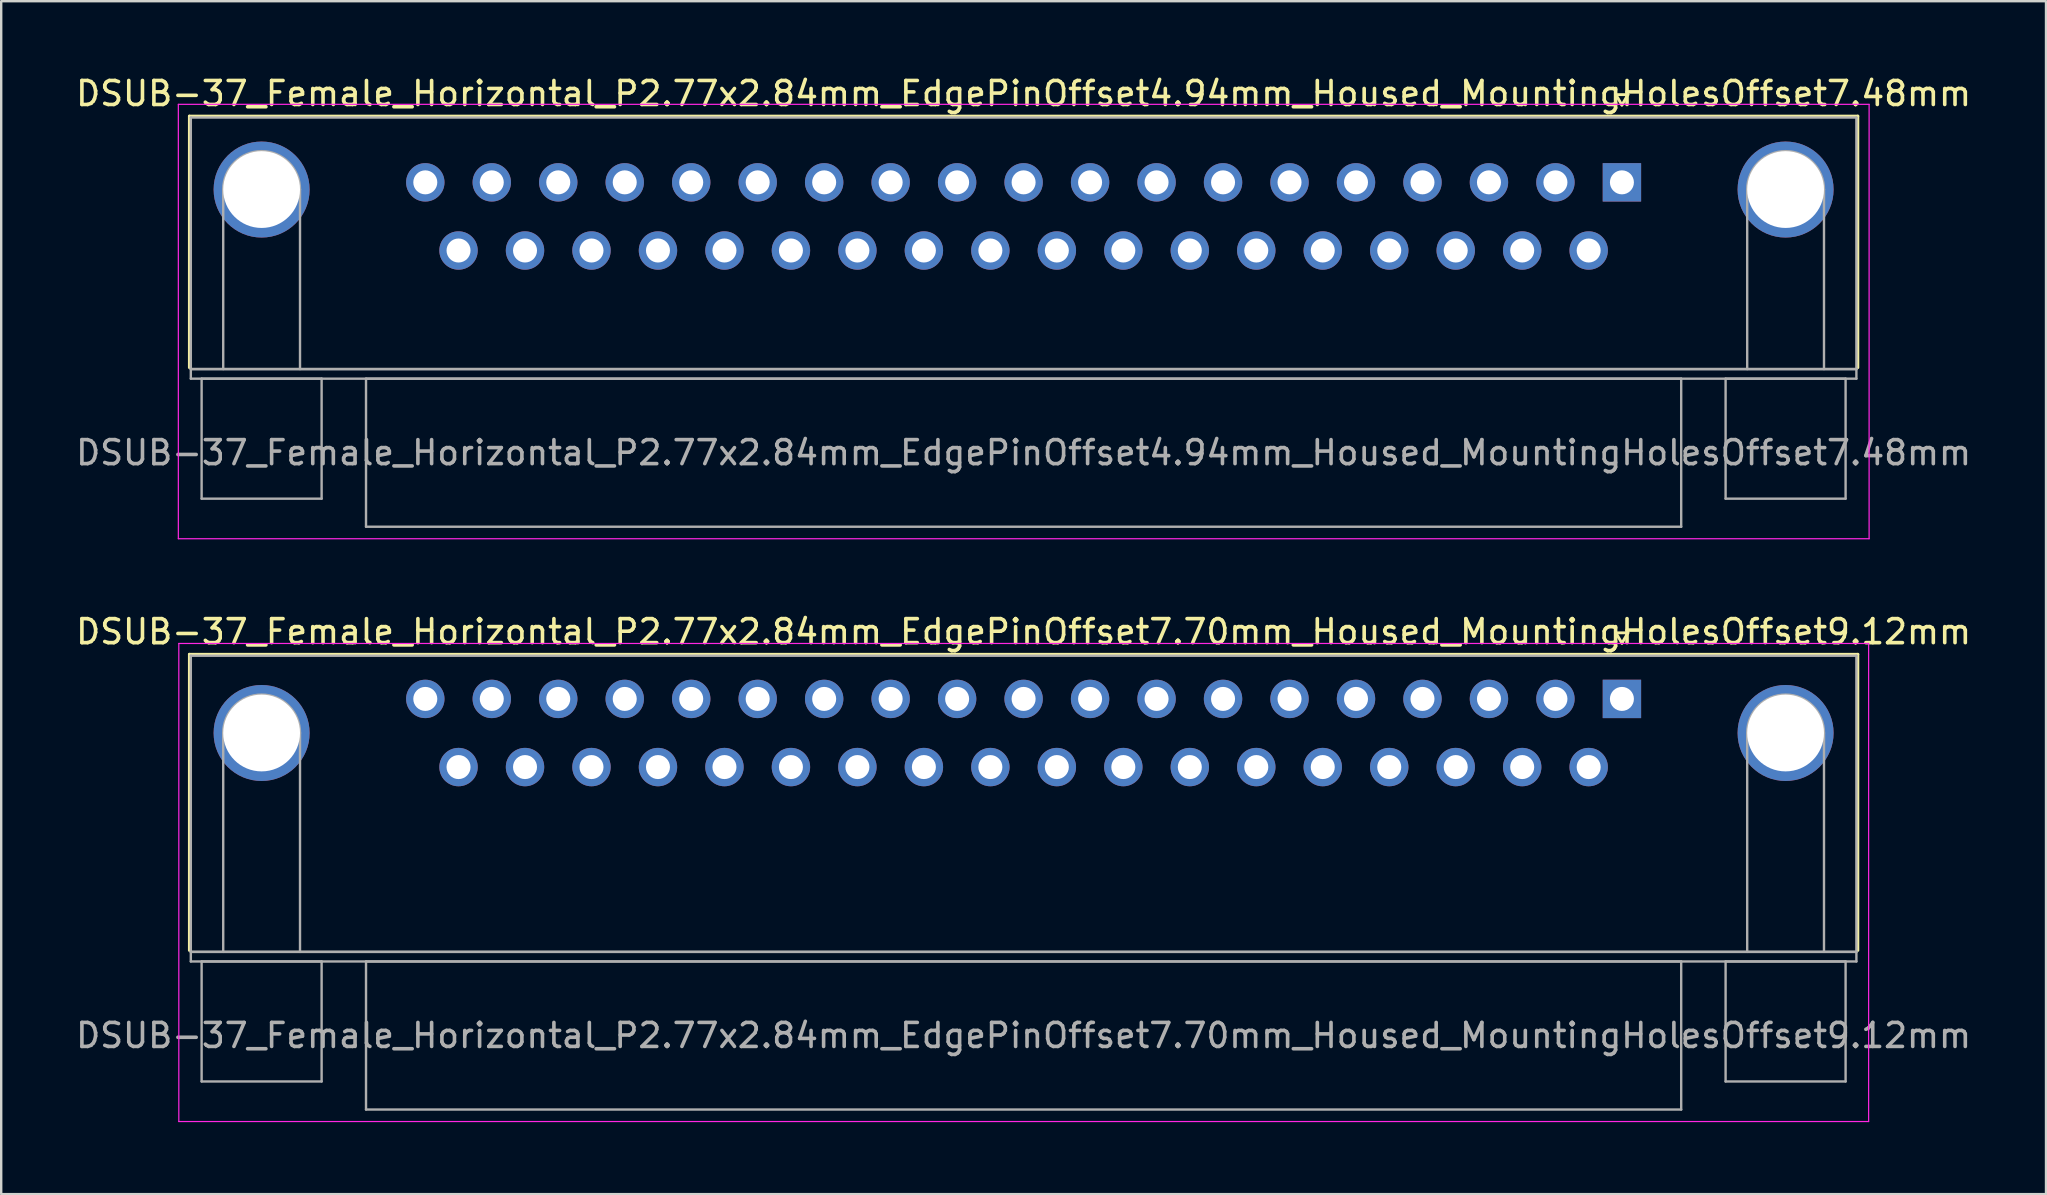
<source format=kicad_pcb>
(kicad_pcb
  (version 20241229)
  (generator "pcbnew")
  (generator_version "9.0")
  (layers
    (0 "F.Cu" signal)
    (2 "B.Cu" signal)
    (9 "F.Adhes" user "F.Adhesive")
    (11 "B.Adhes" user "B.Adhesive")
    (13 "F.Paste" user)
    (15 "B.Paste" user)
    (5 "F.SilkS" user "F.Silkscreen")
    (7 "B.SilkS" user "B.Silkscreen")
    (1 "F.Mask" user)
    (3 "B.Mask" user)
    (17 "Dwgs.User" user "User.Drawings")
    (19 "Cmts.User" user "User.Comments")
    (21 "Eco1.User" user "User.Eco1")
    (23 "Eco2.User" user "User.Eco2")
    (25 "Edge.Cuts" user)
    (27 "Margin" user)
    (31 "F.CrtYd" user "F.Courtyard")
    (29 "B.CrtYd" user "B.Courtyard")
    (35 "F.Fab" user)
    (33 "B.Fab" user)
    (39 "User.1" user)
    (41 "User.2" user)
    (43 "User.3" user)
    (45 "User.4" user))
  (footprint "DSUB-37_Female_Horizontal_P2.77x2.84mm_EdgePinOffset4.94mm_Housed_MountingHolesOffset7.48mm"
    (layer "F.Cu")
    (at 64.531 4.548)
    (property "Reference" "DSUB-37_Female_Horizontal_P2.77x2.84mm_EdgePinOffset4.94mm_Housed_MountingHolesOffset7.48mm" (at -24.93 -3.7 0) (layer "F.SilkS") (effects (font (size 1 1) (thickness 0.15))))
    (attr through_hole)
    (fp_line (start -59.69 -2.76) (end 9.83 -2.76) (stroke (width 0.12) (type solid)) (layer "F.SilkS"))
    (fp_line (start -59.69 7.72) (end -59.69 -2.76) (stroke (width 0.12) (type solid)) (layer "F.SilkS"))
    (fp_line (start -0.25 -3.654) (end 0.25 -3.654) (stroke (width 0.12) (type solid)) (layer "F.SilkS"))
    (fp_line (start 0 -3.221) (end -0.25 -3.654) (stroke (width 0.12) (type solid)) (layer "F.SilkS"))
    (fp_line (start 0.25 -3.654) (end 0 -3.221) (stroke (width 0.12) (type solid)) (layer "F.SilkS"))
    (fp_line (start 9.83 -2.76) (end 9.83 7.72) (stroke (width 0.12) (type solid)) (layer "F.SilkS"))
    (fp_line (start -60.15 -3.25) (end -60.15 14.85) (stroke (width 0.05) (type solid)) (layer "F.CrtYd"))
    (fp_line (start -60.15 14.85) (end 10.3 14.85) (stroke (width 0.05) (type solid)) (layer "F.CrtYd"))
    (fp_line (start 10.3 -3.25) (end -60.15 -3.25) (stroke (width 0.05) (type solid)) (layer "F.CrtYd"))
    (fp_line (start 10.3 14.85) (end 10.3 -3.25) (stroke (width 0.05) (type solid)) (layer "F.CrtYd"))
    (fp_line (start -59.63 -2.7) (end -59.63 7.78) (stroke (width 0.1) (type solid)) (layer "F.Fab"))
    (fp_line (start -59.63 7.78) (end -59.63 8.18) (stroke (width 0.1) (type solid)) (layer "F.Fab"))
    (fp_line (start -59.63 7.78) (end 9.77 7.78) (stroke (width 0.1) (type solid)) (layer "F.Fab"))
    (fp_line (start -59.63 8.18) (end 9.77 8.18) (stroke (width 0.1) (type solid)) (layer "F.Fab"))
    (fp_line (start -59.18 8.18) (end -59.18 13.18) (stroke (width 0.1) (type solid)) (layer "F.Fab"))
    (fp_line (start -59.18 13.18) (end -54.18 13.18) (stroke (width 0.1) (type solid)) (layer "F.Fab"))
    (fp_line (start -58.28 7.78) (end -58.28 0.3) (stroke (width 0.1) (type solid)) (layer "F.Fab"))
    (fp_line (start -55.08 7.78) (end -55.08 0.3) (stroke (width 0.1) (type solid)) (layer "F.Fab"))
    (fp_line (start -54.18 8.18) (end -59.18 8.18) (stroke (width 0.1) (type solid)) (layer "F.Fab"))
    (fp_line (start -54.18 13.18) (end -54.18 8.18) (stroke (width 0.1) (type solid)) (layer "F.Fab"))
    (fp_line (start -52.33 8.18) (end -52.33 14.35) (stroke (width 0.1) (type solid)) (layer "F.Fab"))
    (fp_line (start -52.33 14.35) (end 2.47 14.35) (stroke (width 0.1) (type solid)) (layer "F.Fab"))
    (fp_line (start 2.47 8.18) (end -52.33 8.18) (stroke (width 0.1) (type solid)) (layer "F.Fab"))
    (fp_line (start 2.47 14.35) (end 2.47 8.18) (stroke (width 0.1) (type solid)) (layer "F.Fab"))
    (fp_line (start 4.32 8.18) (end 4.32 13.18) (stroke (width 0.1) (type solid)) (layer "F.Fab"))
    (fp_line (start 4.32 13.18) (end 9.32 13.18) (stroke (width 0.1) (type solid)) (layer "F.Fab"))
    (fp_line (start 5.22 7.78) (end 5.22 0.3) (stroke (width 0.1) (type solid)) (layer "F.Fab"))
    (fp_line (start 8.42 7.78) (end 8.42 0.3) (stroke (width 0.1) (type solid)) (layer "F.Fab"))
    (fp_line (start 9.32 8.18) (end 4.32 8.18) (stroke (width 0.1) (type solid)) (layer "F.Fab"))
    (fp_line (start 9.32 13.18) (end 9.32 8.18) (stroke (width 0.1) (type solid)) (layer "F.Fab"))
    (fp_line (start 9.77 -2.7) (end -59.63 -2.7) (stroke (width 0.1) (type solid)) (layer "F.Fab"))
    (fp_line (start 9.77 7.78) (end -59.63 7.78) (stroke (width 0.1) (type solid)) (layer "F.Fab"))
    (fp_line (start 9.77 7.78) (end 9.77 -2.7) (stroke (width 0.1) (type solid)) (layer "F.Fab"))
    (fp_line (start 9.77 8.18) (end 9.77 7.78) (stroke (width 0.1) (type solid)) (layer "F.Fab"))
    (fp_arc (start -58.28 0.3) (mid -56.68 -1.3) (end -55.08 0.3) (stroke (width 0.1) (type solid)) (layer "F.Fab"))
    (fp_arc (start 5.22 0.3) (mid 6.82 -1.3) (end 8.42 0.3) (stroke (width 0.1) (type solid)) (layer "F.Fab"))
    (fp_text user "${REFERENCE}" (at -24.93 11.265 0) (layer "F.Fab") (effects (font (size 1 1) (thickness 0.15))))
    (pad "0" thru_hole circle (at -56.68 0.3) (size 4 4) (drill 3.2) (layers "*.Cu" "*.Mask"))
    (pad "0" thru_hole circle (at 6.82 0.3) (size 4 4) (drill 3.2) (layers "*.Cu" "*.Mask"))
    (pad "1" thru_hole rect (at 0 0) (size 1.6 1.6) (drill 1) (layers "*.Cu" "*.Mask"))
    (pad "2" thru_hole circle (at -2.77 0) (size 1.6 1.6) (drill 1) (layers "*.Cu" "*.Mask"))
    (pad "3" thru_hole circle (at -5.54 0) (size 1.6 1.6) (drill 1) (layers "*.Cu" "*.Mask"))
    (pad "4" thru_hole circle (at -8.31 0) (size 1.6 1.6) (drill 1) (layers "*.Cu" "*.Mask"))
    (pad "5" thru_hole circle (at -11.08 0) (size 1.6 1.6) (drill 1) (layers "*.Cu" "*.Mask"))
    (pad "6" thru_hole circle (at -13.85 0) (size 1.6 1.6) (drill 1) (layers "*.Cu" "*.Mask"))
    (pad "7" thru_hole circle (at -16.62 0) (size 1.6 1.6) (drill 1) (layers "*.Cu" "*.Mask"))
    (pad "8" thru_hole circle (at -19.39 0) (size 1.6 1.6) (drill 1) (layers "*.Cu" "*.Mask"))
    (pad "9" thru_hole circle (at -22.16 0) (size 1.6 1.6) (drill 1) (layers "*.Cu" "*.Mask"))
    (pad "10" thru_hole circle (at -24.93 0) (size 1.6 1.6) (drill 1) (layers "*.Cu" "*.Mask"))
    (pad "11" thru_hole circle (at -27.7 0) (size 1.6 1.6) (drill 1) (layers "*.Cu" "*.Mask"))
    (pad "12" thru_hole circle (at -30.47 0) (size 1.6 1.6) (drill 1) (layers "*.Cu" "*.Mask"))
    (pad "13" thru_hole circle (at -33.24 0) (size 1.6 1.6) (drill 1) (layers "*.Cu" "*.Mask"))
    (pad "14" thru_hole circle (at -36.01 0) (size 1.6 1.6) (drill 1) (layers "*.Cu" "*.Mask"))
    (pad "15" thru_hole circle (at -38.78 0) (size 1.6 1.6) (drill 1) (layers "*.Cu" "*.Mask"))
    (pad "16" thru_hole circle (at -41.55 0) (size 1.6 1.6) (drill 1) (layers "*.Cu" "*.Mask"))
    (pad "17" thru_hole circle (at -44.32 0) (size 1.6 1.6) (drill 1) (layers "*.Cu" "*.Mask"))
    (pad "18" thru_hole circle (at -47.09 0) (size 1.6 1.6) (drill 1) (layers "*.Cu" "*.Mask"))
    (pad "19" thru_hole circle (at -49.86 0) (size 1.6 1.6) (drill 1) (layers "*.Cu" "*.Mask"))
    (pad "20" thru_hole circle (at -1.385 2.84) (size 1.6 1.6) (drill 1) (layers "*.Cu" "*.Mask"))
    (pad "21" thru_hole circle (at -4.155 2.84) (size 1.6 1.6) (drill 1) (layers "*.Cu" "*.Mask"))
    (pad "22" thru_hole circle (at -6.925 2.84) (size 1.6 1.6) (drill 1) (layers "*.Cu" "*.Mask"))
    (pad "23" thru_hole circle (at -9.695 2.84) (size 1.6 1.6) (drill 1) (layers "*.Cu" "*.Mask"))
    (pad "24" thru_hole circle (at -12.465 2.84) (size 1.6 1.6) (drill 1) (layers "*.Cu" "*.Mask"))
    (pad "25" thru_hole circle (at -15.235 2.84) (size 1.6 1.6) (drill 1) (layers "*.Cu" "*.Mask"))
    (pad "26" thru_hole circle (at -18.005 2.84) (size 1.6 1.6) (drill 1) (layers "*.Cu" "*.Mask"))
    (pad "27" thru_hole circle (at -20.775 2.84) (size 1.6 1.6) (drill 1) (layers "*.Cu" "*.Mask"))
    (pad "28" thru_hole circle (at -23.545 2.84) (size 1.6 1.6) (drill 1) (layers "*.Cu" "*.Mask"))
    (pad "29" thru_hole circle (at -26.315 2.84) (size 1.6 1.6) (drill 1) (layers "*.Cu" "*.Mask"))
    (pad "30" thru_hole circle (at -29.085 2.84) (size 1.6 1.6) (drill 1) (layers "*.Cu" "*.Mask"))
    (pad "31" thru_hole circle (at -31.855 2.84) (size 1.6 1.6) (drill 1) (layers "*.Cu" "*.Mask"))
    (pad "32" thru_hole circle (at -34.625 2.84) (size 1.6 1.6) (drill 1) (layers "*.Cu" "*.Mask"))
    (pad "33" thru_hole circle (at -37.395 2.84) (size 1.6 1.6) (drill 1) (layers "*.Cu" "*.Mask"))
    (pad "34" thru_hole circle (at -40.165 2.84) (size 1.6 1.6) (drill 1) (layers "*.Cu" "*.Mask"))
    (pad "35" thru_hole circle (at -42.935 2.84) (size 1.6 1.6) (drill 1) (layers "*.Cu" "*.Mask"))
    (pad "36" thru_hole circle (at -45.705 2.84) (size 1.6 1.6) (drill 1) (layers "*.Cu" "*.Mask"))
    (pad "37" thru_hole circle (at -48.475 2.84) (size 1.6 1.6) (drill 1) (layers "*.Cu" "*.Mask")))
  (footprint "DSUB-37_Female_Horizontal_P2.77x2.84mm_EdgePinOffset7.70mm_Housed_MountingHolesOffset9.12mm"
    (layer "F.Cu")
    (at 64.531 26.072)
    (property "Reference" "DSUB-37_Female_Horizontal_P2.77x2.84mm_EdgePinOffset7.70mm_Housed_MountingHolesOffset9.12mm" (at -24.93 -2.8 0) (layer "F.SilkS") (effects (font (size 1 1) (thickness 0.15))))
    (attr through_hole)
    (fp_line (start -59.69 -1.86) (end 9.83 -1.86) (stroke (width 0.12) (type solid)) (layer "F.SilkS"))
    (fp_line (start -59.69 10.48) (end -59.69 -1.86) (stroke (width 0.12) (type solid)) (layer "F.SilkS"))
    (fp_line (start -0.25 -2.754) (end 0.25 -2.754) (stroke (width 0.12) (type solid)) (layer "F.SilkS"))
    (fp_line (start 0 -2.321) (end -0.25 -2.754) (stroke (width 0.12) (type solid)) (layer "F.SilkS"))
    (fp_line (start 0.25 -2.754) (end 0 -2.321) (stroke (width 0.12) (type solid)) (layer "F.SilkS"))
    (fp_line (start 9.83 -1.86) (end 9.83 10.48) (stroke (width 0.12) (type solid)) (layer "F.SilkS"))
    (fp_line (start -60.13 -2.31) (end -60.13 17.61) (stroke (width 0.05) (type solid)) (layer "F.CrtYd"))
    (fp_line (start -60.13 17.61) (end 10.28 17.61) (stroke (width 0.05) (type solid)) (layer "F.CrtYd"))
    (fp_line (start 10.28 -2.31) (end -60.13 -2.31) (stroke (width 0.05) (type solid)) (layer "F.CrtYd"))
    (fp_line (start 10.28 17.61) (end 10.28 -2.31) (stroke (width 0.05) (type solid)) (layer "F.CrtYd"))
    (fp_line (start -59.63 -1.8) (end -59.63 10.54) (stroke (width 0.1) (type solid)) (layer "F.Fab"))
    (fp_line (start -59.63 10.54) (end -59.63 10.94) (stroke (width 0.1) (type solid)) (layer "F.Fab"))
    (fp_line (start -59.63 10.54) (end 9.77 10.54) (stroke (width 0.1) (type solid)) (layer "F.Fab"))
    (fp_line (start -59.63 10.94) (end 9.77 10.94) (stroke (width 0.1) (type solid)) (layer "F.Fab"))
    (fp_line (start -59.18 10.94) (end -59.18 15.94) (stroke (width 0.1) (type solid)) (layer "F.Fab"))
    (fp_line (start -59.18 15.94) (end -54.18 15.94) (stroke (width 0.1) (type solid)) (layer "F.Fab"))
    (fp_line (start -58.28 10.54) (end -58.28 1.42) (stroke (width 0.1) (type solid)) (layer "F.Fab"))
    (fp_line (start -55.08 10.54) (end -55.08 1.42) (stroke (width 0.1) (type solid)) (layer "F.Fab"))
    (fp_line (start -54.18 10.94) (end -59.18 10.94) (stroke (width 0.1) (type solid)) (layer "F.Fab"))
    (fp_line (start -54.18 15.94) (end -54.18 10.94) (stroke (width 0.1) (type solid)) (layer "F.Fab"))
    (fp_line (start -52.33 10.94) (end -52.33 17.11) (stroke (width 0.1) (type solid)) (layer "F.Fab"))
    (fp_line (start -52.33 17.11) (end 2.47 17.11) (stroke (width 0.1) (type solid)) (layer "F.Fab"))
    (fp_line (start 2.47 10.94) (end -52.33 10.94) (stroke (width 0.1) (type solid)) (layer "F.Fab"))
    (fp_line (start 2.47 17.11) (end 2.47 10.94) (stroke (width 0.1) (type solid)) (layer "F.Fab"))
    (fp_line (start 4.32 10.94) (end 4.32 15.94) (stroke (width 0.1) (type solid)) (layer "F.Fab"))
    (fp_line (start 4.32 15.94) (end 9.32 15.94) (stroke (width 0.1) (type solid)) (layer "F.Fab"))
    (fp_line (start 5.22 10.54) (end 5.22 1.42) (stroke (width 0.1) (type solid)) (layer "F.Fab"))
    (fp_line (start 8.42 10.54) (end 8.42 1.42) (stroke (width 0.1) (type solid)) (layer "F.Fab"))
    (fp_line (start 9.32 10.94) (end 4.32 10.94) (stroke (width 0.1) (type solid)) (layer "F.Fab"))
    (fp_line (start 9.32 15.94) (end 9.32 10.94) (stroke (width 0.1) (type solid)) (layer "F.Fab"))
    (fp_line (start 9.77 -1.8) (end -59.63 -1.8) (stroke (width 0.1) (type solid)) (layer "F.Fab"))
    (fp_line (start 9.77 10.54) (end -59.63 10.54) (stroke (width 0.1) (type solid)) (layer "F.Fab"))
    (fp_line (start 9.77 10.54) (end 9.77 -1.8) (stroke (width 0.1) (type solid)) (layer "F.Fab"))
    (fp_line (start 9.77 10.94) (end 9.77 10.54) (stroke (width 0.1) (type solid)) (layer "F.Fab"))
    (fp_arc (start -58.28 1.42) (mid -56.68 -0.18) (end -55.08 1.42) (stroke (width 0.1) (type solid)) (layer "F.Fab"))
    (fp_arc (start 5.22 1.42) (mid 6.82 -0.18) (end 8.42 1.42) (stroke (width 0.1) (type solid)) (layer "F.Fab"))
    (fp_text user "${REFERENCE}" (at -24.93 14.025 0) (layer "F.Fab") (effects (font (size 1 1) (thickness 0.15))))
    (pad "0" thru_hole circle (at -56.68 1.42) (size 4 4) (drill 3.2) (layers "*.Cu" "*.Mask"))
    (pad "0" thru_hole circle (at 6.82 1.42) (size 4 4) (drill 3.2) (layers "*.Cu" "*.Mask"))
    (pad "1" thru_hole rect (at 0 0) (size 1.6 1.6) (drill 1) (layers "*.Cu" "*.Mask"))
    (pad "2" thru_hole circle (at -2.77 0) (size 1.6 1.6) (drill 1) (layers "*.Cu" "*.Mask"))
    (pad "3" thru_hole circle (at -5.54 0) (size 1.6 1.6) (drill 1) (layers "*.Cu" "*.Mask"))
    (pad "4" thru_hole circle (at -8.31 0) (size 1.6 1.6) (drill 1) (layers "*.Cu" "*.Mask"))
    (pad "5" thru_hole circle (at -11.08 0) (size 1.6 1.6) (drill 1) (layers "*.Cu" "*.Mask"))
    (pad "6" thru_hole circle (at -13.85 0) (size 1.6 1.6) (drill 1) (layers "*.Cu" "*.Mask"))
    (pad "7" thru_hole circle (at -16.62 0) (size 1.6 1.6) (drill 1) (layers "*.Cu" "*.Mask"))
    (pad "8" thru_hole circle (at -19.39 0) (size 1.6 1.6) (drill 1) (layers "*.Cu" "*.Mask"))
    (pad "9" thru_hole circle (at -22.16 0) (size 1.6 1.6) (drill 1) (layers "*.Cu" "*.Mask"))
    (pad "10" thru_hole circle (at -24.93 0) (size 1.6 1.6) (drill 1) (layers "*.Cu" "*.Mask"))
    (pad "11" thru_hole circle (at -27.7 0) (size 1.6 1.6) (drill 1) (layers "*.Cu" "*.Mask"))
    (pad "12" thru_hole circle (at -30.47 0) (size 1.6 1.6) (drill 1) (layers "*.Cu" "*.Mask"))
    (pad "13" thru_hole circle (at -33.24 0) (size 1.6 1.6) (drill 1) (layers "*.Cu" "*.Mask"))
    (pad "14" thru_hole circle (at -36.01 0) (size 1.6 1.6) (drill 1) (layers "*.Cu" "*.Mask"))
    (pad "15" thru_hole circle (at -38.78 0) (size 1.6 1.6) (drill 1) (layers "*.Cu" "*.Mask"))
    (pad "16" thru_hole circle (at -41.55 0) (size 1.6 1.6) (drill 1) (layers "*.Cu" "*.Mask"))
    (pad "17" thru_hole circle (at -44.32 0) (size 1.6 1.6) (drill 1) (layers "*.Cu" "*.Mask"))
    (pad "18" thru_hole circle (at -47.09 0) (size 1.6 1.6) (drill 1) (layers "*.Cu" "*.Mask"))
    (pad "19" thru_hole circle (at -49.86 0) (size 1.6 1.6) (drill 1) (layers "*.Cu" "*.Mask"))
    (pad "20" thru_hole circle (at -1.385 2.84) (size 1.6 1.6) (drill 1) (layers "*.Cu" "*.Mask"))
    (pad "21" thru_hole circle (at -4.155 2.84) (size 1.6 1.6) (drill 1) (layers "*.Cu" "*.Mask"))
    (pad "22" thru_hole circle (at -6.925 2.84) (size 1.6 1.6) (drill 1) (layers "*.Cu" "*.Mask"))
    (pad "23" thru_hole circle (at -9.695 2.84) (size 1.6 1.6) (drill 1) (layers "*.Cu" "*.Mask"))
    (pad "24" thru_hole circle (at -12.465 2.84) (size 1.6 1.6) (drill 1) (layers "*.Cu" "*.Mask"))
    (pad "25" thru_hole circle (at -15.235 2.84) (size 1.6 1.6) (drill 1) (layers "*.Cu" "*.Mask"))
    (pad "26" thru_hole circle (at -18.005 2.84) (size 1.6 1.6) (drill 1) (layers "*.Cu" "*.Mask"))
    (pad "27" thru_hole circle (at -20.775 2.84) (size 1.6 1.6) (drill 1) (layers "*.Cu" "*.Mask"))
    (pad "28" thru_hole circle (at -23.545 2.84) (size 1.6 1.6) (drill 1) (layers "*.Cu" "*.Mask"))
    (pad "29" thru_hole circle (at -26.315 2.84) (size 1.6 1.6) (drill 1) (layers "*.Cu" "*.Mask"))
    (pad "30" thru_hole circle (at -29.085 2.84) (size 1.6 1.6) (drill 1) (layers "*.Cu" "*.Mask"))
    (pad "31" thru_hole circle (at -31.855 2.84) (size 1.6 1.6) (drill 1) (layers "*.Cu" "*.Mask"))
    (pad "32" thru_hole circle (at -34.625 2.84) (size 1.6 1.6) (drill 1) (layers "*.Cu" "*.Mask"))
    (pad "33" thru_hole circle (at -37.395 2.84) (size 1.6 1.6) (drill 1) (layers "*.Cu" "*.Mask"))
    (pad "34" thru_hole circle (at -40.165 2.84) (size 1.6 1.6) (drill 1) (layers "*.Cu" "*.Mask"))
    (pad "35" thru_hole circle (at -42.935 2.84) (size 1.6 1.6) (drill 1) (layers "*.Cu" "*.Mask"))
    (pad "36" thru_hole circle (at -45.705 2.84) (size 1.6 1.6) (drill 1) (layers "*.Cu" "*.Mask"))
    (pad "37" thru_hole circle (at -48.475 2.84) (size 1.6 1.6) (drill 1) (layers "*.Cu" "*.Mask")))
  (gr_rect
    (start -3 -3)
    (end 82.202 46.706)
    (stroke (width 0.1) (type default))
    (fill no)
    (layer "Edge.Cuts")))
</source>
